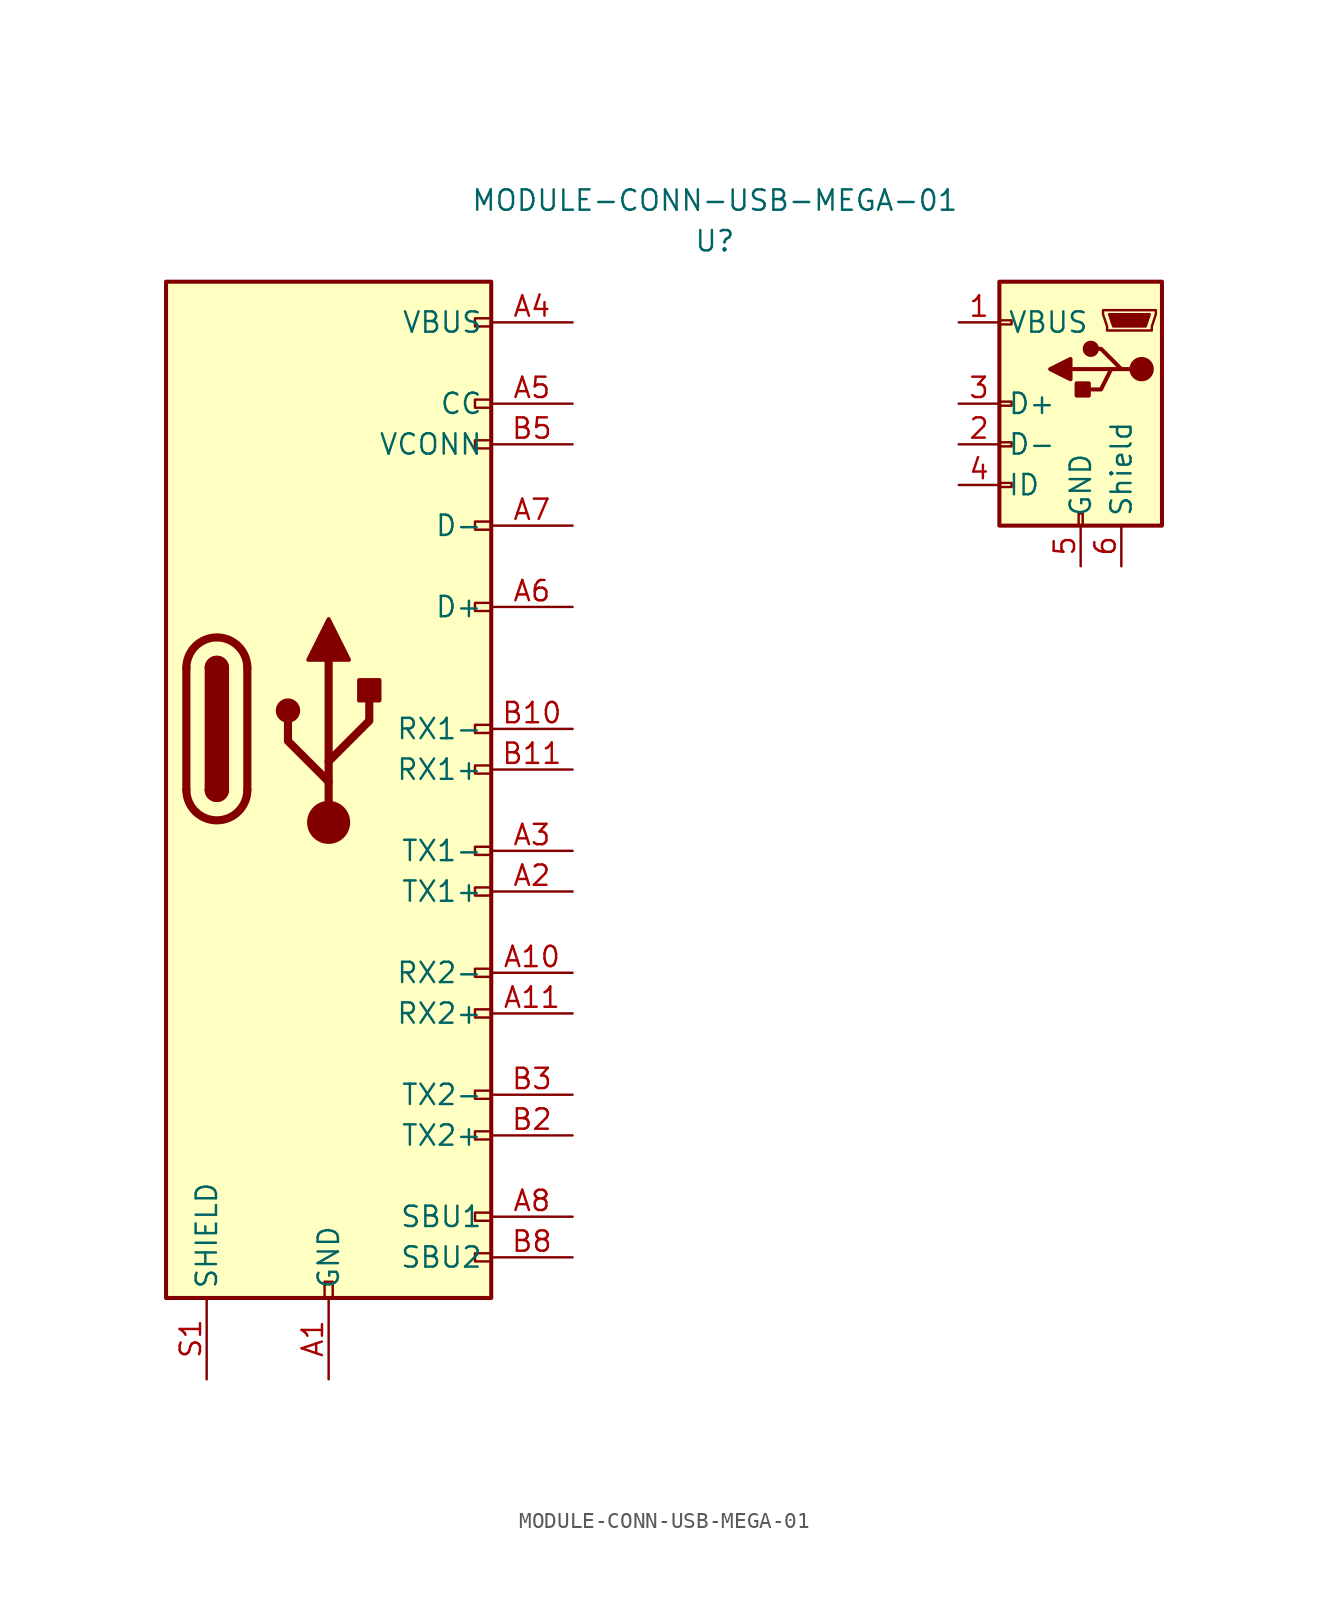
<source format=kicad_sym>
(kicad_symbol_lib
  (version 20211014)
  (generator kicad_symbol_editor)
  (symbol "MODULE-CONN-USB-MEGA-01"
    (property "Reference" "U"
      (at 0 0 0)
      (effects (font (size 1.27 1.27))))
    (property "Value" "MODULE-CONN-USB-MEGA-01"
      (at 0 2.54 0)
      (effects (font (size 1.27 1.27))))
    (symbol "MODULE-CONN-USB-MEGA-01_0_0"
      (rectangle (start -24.384 -66.04) (end -23.876 -65.024) (stroke (width 0) (type default) (color 0 0 0 0)) (fill (type none)))
      (rectangle (start -13.97 -63.246) (end -14.986 -63.754) (stroke (width 0) (type default) (color 0 0 0 0)) (fill (type none)))
      (rectangle (start -13.97 -60.706) (end -14.986 -61.214) (stroke (width 0) (type default) (color 0 0 0 0)) (fill (type none)))
      (rectangle (start -13.97 -55.626) (end -14.986 -56.134) (stroke (width 0) (type default) (color 0 0 0 0)) (fill (type none)))
      (rectangle (start -13.97 -53.086) (end -14.986 -53.594) (stroke (width 0) (type default) (color 0 0 0 0)) (fill (type none)))
      (rectangle (start -13.97 -48.006) (end -14.986 -48.514) (stroke (width 0) (type default) (color 0 0 0 0)) (fill (type none)))
      (rectangle (start -13.97 -45.466) (end -14.986 -45.974) (stroke (width 0) (type default) (color 0 0 0 0)) (fill (type none)))
      (rectangle (start -13.97 -40.386) (end -14.986 -40.894) (stroke (width 0) (type default) (color 0 0 0 0)) (fill (type none)))
      (rectangle (start -13.97 -37.846) (end -14.986 -38.354) (stroke (width 0) (type default) (color 0 0 0 0)) (fill (type none)))
      (rectangle (start -13.97 -32.766) (end -14.986 -33.274) (stroke (width 0) (type default) (color 0 0 0 0)) (fill (type none)))
      (rectangle (start -13.97 -30.226) (end -14.986 -30.734) (stroke (width 0) (type default) (color 0 0 0 0)) (fill (type none)))
      (rectangle (start -13.97 -22.606) (end -14.986 -23.114) (stroke (width 0) (type default) (color 0 0 0 0)) (fill (type none)))
      (rectangle (start -13.97 -17.526) (end -14.986 -18.034) (stroke (width 0) (type default) (color 0 0 0 0)) (fill (type none)))
      (rectangle (start -13.97 -12.446) (end -14.986 -12.954) (stroke (width 0) (type default) (color 0 0 0 0)) (fill (type none)))
      (rectangle (start -13.97 -9.906) (end -14.986 -10.414) (stroke (width 0) (type default) (color 0 0 0 0)) (fill (type none)))
      (rectangle (start -13.97 -4.826) (end -14.986 -5.334) (stroke (width 0) (type default) (color 0 0 0 0)) (fill (type none))))
    (symbol "MODULE-CONN-USB-MEGA-01_0_1"
      (rectangle (start -34.29 -2.54) (end -13.97 -66.04) (stroke (width 0.254) (type default) (color 0 0 0 0)) (fill (type background)))
      (arc (start -33.02 -34.29) (mid -31.115 -36.195) (end -29.21 -34.29) (stroke (width 0.508) (type default) (color 0 0 0 0)) (fill (type none)))
      (arc (start -31.75 -34.29) (mid -31.115 -34.925) (end -30.48 -34.29) (stroke (width 0.254) (type default) (color 0 0 0 0)) (fill (type none)))
      (arc (start -31.75 -34.29) (mid -31.115 -34.925) (end -30.48 -34.29) (stroke (width 0.254) (type default) (color 0 0 0 0)) (fill (type outline)))
      (rectangle (start -31.75 -34.29) (end -30.48 -26.67) (stroke (width 0.254) (type default) (color 0 0 0 0)) (fill (type outline)))
      (arc (start -30.48 -26.67) (mid -31.115 -26.035) (end -31.75 -26.67) (stroke (width 0.254) (type default) (color 0 0 0 0)) (fill (type none)))
      (arc (start -30.48 -26.67) (mid -31.115 -26.035) (end -31.75 -26.67) (stroke (width 0.254) (type default) (color 0 0 0 0)) (fill (type outline)))
      (arc (start -29.21 -26.67) (mid -31.115 -24.765) (end -33.02 -26.67) (stroke (width 0.508) (type default) (color 0 0 0 0)) (fill (type none)))
      (polyline (pts (xy -33.02 -34.29) (xy -33.02 -26.67)) (stroke (width 0.508) (type default) (color 0 0 0 0)) (fill (type none)))
      (polyline (pts (xy -29.21 -26.67) (xy -29.21 -34.29)) (stroke (width 0.508) (type default) (color 0 0 0 0)) (fill (type none)))
      (polyline (pts (xy 24.765 -8.001) (xy 22.225 -8.001)) (stroke (width 0.254) (type default) (color 0 0 0 0)) (fill (type none)))
      (polyline (pts (xy 22.225 -7.366) (xy 22.225 -8.636) (xy 20.955 -8.001) (xy 22.225 -7.366)) (stroke (width 0.254) (type default) (color 0 0 0 0)) (fill (type outline)))
      (polyline (pts (xy 25.4 -8.001) (xy 24.765 -8.001) (xy 24.13 -9.271) (xy 22.86 -9.271)) (stroke (width 0.254) (type default) (color 0 0 0 0)) (fill (type none)))
      (polyline (pts (xy 26.035 -8.001) (xy 25.4 -8.001) (xy 24.13 -6.731) (xy 23.495 -6.731)) (stroke (width 0.254) (type default) (color 0 0 0 0)) (fill (type none)))
      (polyline (pts (xy 27.178 -4.572) (xy 24.638 -4.572) (xy 24.892 -5.334) (xy 26.924 -5.334) (xy 27.178 -4.572)) (stroke (width 0) (type default) (color 0 0 0 0)) (fill (type outline)))
      (polyline (pts (xy 27.559 -4.318) (xy 27.559 -4.572) (xy 27.305 -5.334) (xy 27.305 -5.588) (xy 24.511 -5.588) (xy 24.511 -5.334) (xy 24.257 -4.572) (xy 24.257 -4.318) (xy 27.559 -4.318)) (stroke (width 0) (type default) (color 0 0 0 0)) (fill (type none)))
      (rectangle (start 17.78 -2.54) (end 27.94 -17.78) (stroke (width 0.254) (type default) (color 0 0 0 0)) (fill (type background)))
      (rectangle (start 18.542 -15.113) (end 17.78 -15.367) (stroke (width 0) (type default) (color 0 0 0 0)) (fill (type none)))
      (rectangle (start 18.542 -12.573) (end 17.78 -12.827) (stroke (width 0) (type default) (color 0 0 0 0)) (fill (type none)))
      (rectangle (start 18.542 -10.033) (end 17.78 -10.287) (stroke (width 0) (type default) (color 0 0 0 0)) (fill (type none)))
      (rectangle (start 18.542 -4.953) (end 17.78 -5.207) (stroke (width 0) (type default) (color 0 0 0 0)) (fill (type none)))
      (rectangle (start 22.733 -17.018) (end 22.987 -17.78) (stroke (width 0) (type default) (color 0 0 0 0)) (fill (type none)))
      (rectangle (start 23.368 -9.652) (end 22.606 -8.89) (stroke (width 0.254) (type default) (color 0 0 0 0)) (fill (type outline)))
      (circle (center 23.495 -6.731) (radius 0.381) (stroke (width 0.254) (type default) (color 0 0 0 0)) (fill (type outline)))
      (circle (center 26.67 -8.001) (radius 0.635) (stroke (width 0.254) (type default) (color 0 0 0 0)) (fill (type outline))))
    (symbol "MODULE-CONN-USB-MEGA-01_1_1"
      (circle (center -26.67 -29.337) (radius 0.635) (stroke (width 0.254) (type default) (color 0 0 0 0)) (fill (type outline)))
      (circle (center -24.13 -36.322) (radius 1.27) (stroke (width 0) (type default) (color 0 0 0 0)) (fill (type outline)))
      (rectangle (start -22.225 -28.702) (end -20.955 -27.432) (stroke (width 0.254) (type default) (color 0 0 0 0)) (fill (type outline)))
      (polyline (pts (xy -24.13 -36.322) (xy -24.13 -26.162)) (stroke (width 0.508) (type default) (color 0 0 0 0)) (fill (type none)))
      (polyline (pts (xy -24.13 -33.782) (xy -26.67 -31.242) (xy -26.67 -29.972)) (stroke (width 0.508) (type default) (color 0 0 0 0)) (fill (type none)))
      (polyline (pts (xy -24.13 -32.512) (xy -21.59 -29.972) (xy -21.59 -28.702)) (stroke (width 0.508) (type default) (color 0 0 0 0)) (fill (type none)))
      (polyline (pts (xy -25.4 -26.162) (xy -24.13 -23.622) (xy -22.86 -26.162) (xy -25.4 -26.162)) (stroke (width 0.254) (type default) (color 0 0 0 0)) (fill (type outline)))
      (pin power_out line (at 15.24 -5.08 0) (length 2.54) (name "VBUS" (effects (font (size 1.27 1.27)))) (number "1" (effects (font (size 1.27 1.27)))))
      (pin bidirectional line (at 15.24 -12.7 0) (length 2.54) (name "D-" (effects (font (size 1.27 1.27)))) (number "2" (effects (font (size 1.27 1.27)))))
      (pin bidirectional line (at 15.24 -10.16 0) (length 2.54) (name "D+" (effects (font (size 1.27 1.27)))) (number "3" (effects (font (size 1.27 1.27)))))
      (pin passive line (at 15.24 -15.24 0) (length 2.54) (name "ID" (effects (font (size 1.27 1.27)))) (number "4" (effects (font (size 1.27 1.27)))))
      (pin power_out line (at 22.86 -20.32 90) (length 2.54) (name "GND" (effects (font (size 1.27 1.27)))) (number "5" (effects (font (size 1.27 1.27)))))
      (pin passive line (at 25.4 -20.32 90) (length 2.54) (name "Shield" (effects (font (size 1.27 1.27)))) (number "6" (effects (font (size 1.27 1.27)))))
      (pin passive line (at -24.13 -71.12 90) (length 5.08) (name "GND" (effects (font (size 1.27 1.27)))) (number "A1" (effects (font (size 1.27 1.27)))))
      (pin bidirectional line (at -8.89 -45.72 180) (length 5.08) (name "RX2-" (effects (font (size 1.27 1.27)))) (number "A10" (effects (font (size 1.27 1.27)))))
      (pin bidirectional line (at -8.89 -48.26 180) (length 5.08) (name "RX2+" (effects (font (size 1.27 1.27)))) (number "A11" (effects (font (size 1.27 1.27)))))
      (pin passive line (at -24.13 -71.12 90) (length 5.08) hide (name "GND" (effects (font (size 1.27 1.27)))) (number "A12" (effects (font (size 1.27 1.27)))))
      (pin bidirectional line (at -8.89 -40.64 180) (length 5.08) (name "TX1+" (effects (font (size 1.27 1.27)))) (number "A2" (effects (font (size 1.27 1.27)))))
      (pin bidirectional line (at -8.89 -38.1 180) (length 5.08) (name "TX1-" (effects (font (size 1.27 1.27)))) (number "A3" (effects (font (size 1.27 1.27)))))
      (pin passive line (at -8.89 -5.08 180) (length 5.08) (name "VBUS" (effects (font (size 1.27 1.27)))) (number "A4" (effects (font (size 1.27 1.27)))))
      (pin bidirectional line (at -8.89 -10.16 180) (length 5.08) (name "CC" (effects (font (size 1.27 1.27)))) (number "A5" (effects (font (size 1.27 1.27)))))
      (pin bidirectional line (at -8.89 -22.86 180) (length 5.08) (name "D+" (effects (font (size 1.27 1.27)))) (number "A6" (effects (font (size 1.27 1.27)))))
      (pin bidirectional line (at -8.89 -17.78 180) (length 5.08) (name "D-" (effects (font (size 1.27 1.27)))) (number "A7" (effects (font (size 1.27 1.27)))))
      (pin bidirectional line (at -8.89 -60.96 180) (length 5.08) (name "SBU1" (effects (font (size 1.27 1.27)))) (number "A8" (effects (font (size 1.27 1.27)))))
      (pin passive line (at -8.89 -5.08 180) (length 5.08) hide (name "VBUS" (effects (font (size 1.27 1.27)))) (number "A9" (effects (font (size 1.27 1.27)))))
      (pin passive line (at -24.13 -71.12 90) (length 5.08) hide (name "GND" (effects (font (size 1.27 1.27)))) (number "B1" (effects (font (size 1.27 1.27)))))
      (pin bidirectional line (at -8.89 -30.48 180) (length 5.08) (name "RX1-" (effects (font (size 1.27 1.27)))) (number "B10" (effects (font (size 1.27 1.27)))))
      (pin bidirectional line (at -8.89 -33.02 180) (length 5.08) (name "RX1+" (effects (font (size 1.27 1.27)))) (number "B11" (effects (font (size 1.27 1.27)))))
      (pin passive line (at -24.13 -71.12 90) (length 5.08) hide (name "GND" (effects (font (size 1.27 1.27)))) (number "B12" (effects (font (size 1.27 1.27)))))
      (pin bidirectional line (at -8.89 -55.88 180) (length 5.08) (name "TX2+" (effects (font (size 1.27 1.27)))) (number "B2" (effects (font (size 1.27 1.27)))))
      (pin bidirectional line (at -8.89 -53.34 180) (length 5.08) (name "TX2-" (effects (font (size 1.27 1.27)))) (number "B3" (effects (font (size 1.27 1.27)))))
      (pin passive line (at -8.89 -5.08 180) (length 5.08) hide (name "VBUS" (effects (font (size 1.27 1.27)))) (number "B4" (effects (font (size 1.27 1.27)))))
      (pin bidirectional line (at -8.89 -12.7 180) (length 5.08) (name "VCONN" (effects (font (size 1.27 1.27)))) (number "B5" (effects (font (size 1.27 1.27)))))
      (pin bidirectional line (at -8.89 -63.5 180) (length 5.08) (name "SBU2" (effects (font (size 1.27 1.27)))) (number "B8" (effects (font (size 1.27 1.27)))))
      (pin passive line (at -8.89 -5.08 180) (length 5.08) hide (name "VBUS" (effects (font (size 1.27 1.27)))) (number "B9" (effects (font (size 1.27 1.27)))))
      (pin passive line (at -31.75 -71.12 90) (length 5.08) (name "SHIELD" (effects (font (size 1.27 1.27)))) (number "S1" (effects (font (size 1.27 1.27))))))))
</source>
